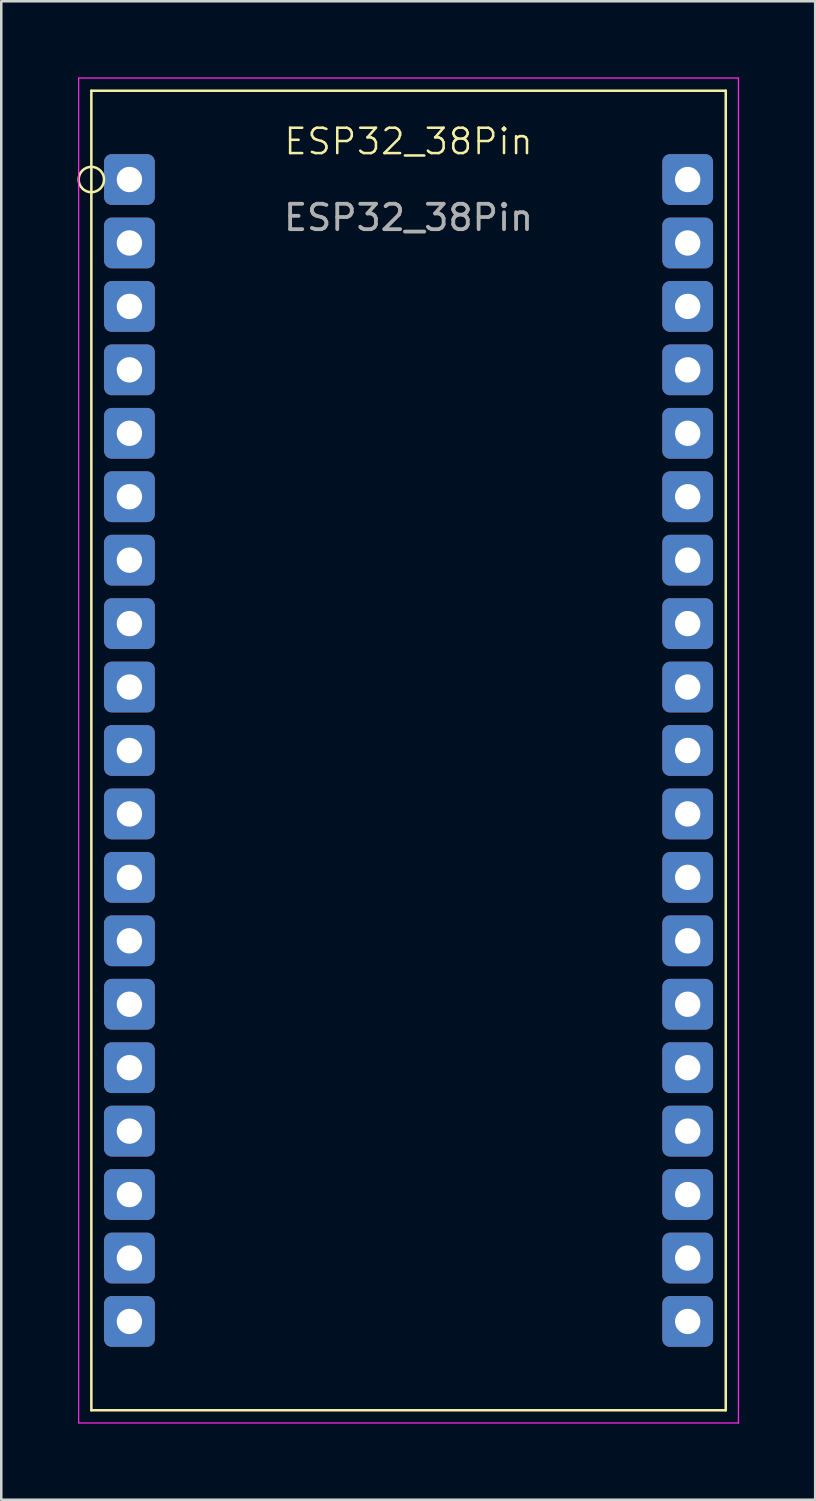
<source format=kicad_pcb>
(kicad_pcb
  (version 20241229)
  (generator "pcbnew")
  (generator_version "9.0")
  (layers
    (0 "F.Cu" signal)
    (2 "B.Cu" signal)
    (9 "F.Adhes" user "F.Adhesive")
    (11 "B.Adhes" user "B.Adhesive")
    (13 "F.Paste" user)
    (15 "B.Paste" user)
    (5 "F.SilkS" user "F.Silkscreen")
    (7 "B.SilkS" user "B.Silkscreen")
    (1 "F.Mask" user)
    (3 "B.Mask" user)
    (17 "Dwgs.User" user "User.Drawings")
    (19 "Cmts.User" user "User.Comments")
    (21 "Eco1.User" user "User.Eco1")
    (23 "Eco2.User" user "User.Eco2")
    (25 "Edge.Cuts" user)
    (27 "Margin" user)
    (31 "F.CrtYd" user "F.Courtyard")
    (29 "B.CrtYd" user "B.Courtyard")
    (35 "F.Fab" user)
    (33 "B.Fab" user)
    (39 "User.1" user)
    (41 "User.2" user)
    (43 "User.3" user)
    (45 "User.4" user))
  (footprint "ESP32_38Pin"
    (layer "F.Cu")
    (at 13.05 3.025)
    (property "Reference" "ESP32_38Pin" (at 0 -0.5 0) (unlocked yes) (layer "F.SilkS") (effects (font (size 1 1) (thickness 0.1))))
    (attr smd)
    (fp_line (start -12.5 -2.5) (end 12.5 -2.5) (stroke (width 0.1) (type default)) (layer "F.SilkS"))
    (fp_line (start -12.5 49.5) (end -12.5 -2.5) (stroke (width 0.1) (type default)) (layer "F.SilkS"))
    (fp_line (start 12.5 -2.5) (end 12.5 49.5) (stroke (width 0.1) (type default)) (layer "F.SilkS"))
    (fp_line (start 12.5 49.5) (end -12.5 49.5) (stroke (width 0.1) (type default)) (layer "F.SilkS"))
    (fp_circle (center -12.5 1) (end -12.5 1.5) (stroke (width 0.1) (type default)) (fill no) (layer "F.SilkS"))
    (fp_line (start -13 -3) (end 13 -3) (stroke (width 0.05) (type default)) (layer "F.CrtYd"))
    (fp_line (start -13 50) (end -13 -3) (stroke (width 0.05) (type default)) (layer "F.CrtYd"))
    (fp_line (start 13 -3) (end 13 50) (stroke (width 0.05) (type default)) (layer "F.CrtYd"))
    (fp_line (start 13 50) (end -13 50) (stroke (width 0.05) (type default)) (layer "F.CrtYd"))
    (fp_text user "${REFERENCE}" (at 0 2.5 0) (unlocked yes) (layer "F.Fab") (effects (font (size 1 1) (thickness 0.15))))
    (pad "1" thru_hole roundrect (at -11 1) (size 2 2) (drill 1) (layers "*.Cu" "*.Mask") (roundrect_rratio 0.15))
    (pad "2" thru_hole roundrect (at -11 3.5) (size 2 2) (drill 1) (layers "*.Cu" "*.Mask") (roundrect_rratio 0.15))
    (pad "3" thru_hole roundrect (at -11 6) (size 2 2) (drill 1) (layers "*.Cu" "*.Mask") (roundrect_rratio 0.15))
    (pad "4" thru_hole roundrect (at -11 8.5) (size 2 2) (drill 1) (layers "*.Cu" "*.Mask") (roundrect_rratio 0.15))
    (pad "5" thru_hole roundrect (at -11 11) (size 2 2) (drill 1) (layers "*.Cu" "*.Mask") (roundrect_rratio 0.15))
    (pad "6" thru_hole roundrect (at -11 13.5) (size 2 2) (drill 1) (layers "*.Cu" "*.Mask") (roundrect_rratio 0.15))
    (pad "7" thru_hole roundrect (at -11 16) (size 2 2) (drill 1) (layers "*.Cu" "*.Mask") (roundrect_rratio 0.15))
    (pad "8" thru_hole roundrect (at -11 18.5) (size 2 2) (drill 1) (layers "*.Cu" "*.Mask") (roundrect_rratio 0.15))
    (pad "9" thru_hole roundrect (at -11 21) (size 2 2) (drill 1) (layers "*.Cu" "*.Mask") (roundrect_rratio 0.15))
    (pad "10" thru_hole roundrect (at -11 23.5) (size 2 2) (drill 1) (layers "*.Cu" "*.Mask") (roundrect_rratio 0.15))
    (pad "11" thru_hole roundrect (at -11 26) (size 2 2) (drill 1) (layers "*.Cu" "*.Mask") (roundrect_rratio 0.15))
    (pad "12" thru_hole roundrect (at -11 28.5) (size 2 2) (drill 1) (layers "*.Cu" "*.Mask") (roundrect_rratio 0.15))
    (pad "13" thru_hole roundrect (at -11 31) (size 2 2) (drill 1) (layers "*.Cu" "*.Mask") (roundrect_rratio 0.15))
    (pad "14" thru_hole roundrect (at -11 33.5) (size 2 2) (drill 1) (layers "*.Cu" "*.Mask") (roundrect_rratio 0.15))
    (pad "15" thru_hole roundrect (at -11 36) (size 2 2) (drill 1) (layers "*.Cu" "*.Mask") (roundrect_rratio 0.15))
    (pad "16" thru_hole roundrect (at -11 38.5) (size 2 2) (drill 1) (layers "*.Cu" "*.Mask") (roundrect_rratio 0.15))
    (pad "17" thru_hole roundrect (at -11 41) (size 2 2) (drill 1) (layers "*.Cu" "*.Mask") (roundrect_rratio 0.15))
    (pad "18" thru_hole roundrect (at -11 43.5) (size 2 2) (drill 1) (layers "*.Cu" "*.Mask") (roundrect_rratio 0.15))
    (pad "19" thru_hole roundrect (at -11 46) (size 2 2) (drill 1) (layers "*.Cu" "*.Mask") (roundrect_rratio 0.15))
    (pad "20" thru_hole roundrect (at 11 46 180) (size 2 2) (drill 1) (layers "*.Cu" "*.Mask") (roundrect_rratio 0.15))
    (pad "21" thru_hole roundrect (at 11 43.5 180) (size 2 2) (drill 1) (layers "*.Cu" "*.Mask") (roundrect_rratio 0.15))
    (pad "22" thru_hole roundrect (at 11 41 180) (size 2 2) (drill 1) (layers "*.Cu" "*.Mask") (roundrect_rratio 0.15))
    (pad "23" thru_hole roundrect (at 11 38.5 180) (size 2 2) (drill 1) (layers "*.Cu" "*.Mask") (roundrect_rratio 0.15))
    (pad "24" thru_hole roundrect (at 11 36 180) (size 2 2) (drill 1) (layers "*.Cu" "*.Mask") (roundrect_rratio 0.15))
    (pad "25" thru_hole roundrect (at 11 33.5 180) (size 2 2) (drill 1) (layers "*.Cu" "*.Mask") (roundrect_rratio 0.15))
    (pad "26" thru_hole roundrect (at 11 31 180) (size 2 2) (drill 1) (layers "*.Cu" "*.Mask") (roundrect_rratio 0.15))
    (pad "27" thru_hole roundrect (at 11 28.5 180) (size 2 2) (drill 1) (layers "*.Cu" "*.Mask") (roundrect_rratio 0.15))
    (pad "28" thru_hole roundrect (at 11 26 180) (size 2 2) (drill 1) (layers "*.Cu" "*.Mask") (roundrect_rratio 0.15))
    (pad "29" thru_hole roundrect (at 11 23.5 180) (size 2 2) (drill 1) (layers "*.Cu" "*.Mask") (roundrect_rratio 0.15))
    (pad "30" thru_hole roundrect (at 11 21 180) (size 2 2) (drill 1) (layers "*.Cu" "*.Mask") (roundrect_rratio 0.15))
    (pad "31" thru_hole roundrect (at 11 18.5 180) (size 2 2) (drill 1) (layers "*.Cu" "*.Mask") (roundrect_rratio 0.15))
    (pad "32" thru_hole roundrect (at 11 16 180) (size 2 2) (drill 1) (layers "*.Cu" "*.Mask") (roundrect_rratio 0.15))
    (pad "33" thru_hole roundrect (at 11 13.5 180) (size 2 2) (drill 1) (layers "*.Cu" "*.Mask") (roundrect_rratio 0.15))
    (pad "34" thru_hole roundrect (at 11 11 180) (size 2 2) (drill 1) (layers "*.Cu" "*.Mask") (roundrect_rratio 0.15))
    (pad "35" thru_hole roundrect (at 11 8.5 180) (size 2 2) (drill 1) (layers "*.Cu" "*.Mask") (roundrect_rratio 0.15))
    (pad "36" thru_hole roundrect (at 11 6 180) (size 2 2) (drill 1) (layers "*.Cu" "*.Mask") (roundrect_rratio 0.15))
    (pad "37" thru_hole roundrect (at 11 3.5 180) (size 2 2) (drill 1) (layers "*.Cu" "*.Mask") (roundrect_rratio 0.15))
    (pad "38" thru_hole roundrect (at 11 1 180) (size 2 2) (drill 1) (layers "*.Cu" "*.Mask") (roundrect_rratio 0.15)))
  (gr_rect
    (start -3 -3)
    (end 29.075 56.05)
    (stroke (width 0.1) (type default))
    (fill no)
    (layer "Edge.Cuts")))
</source>
